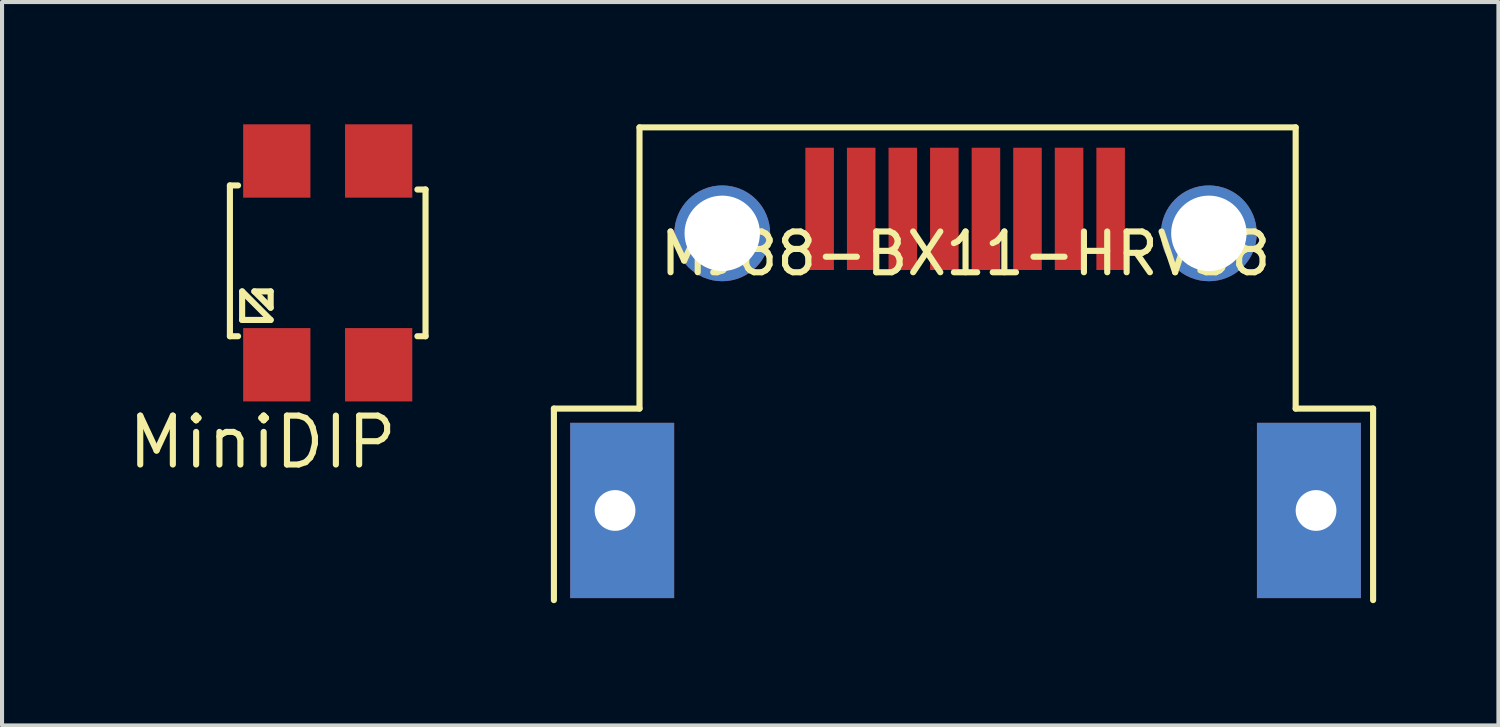
<source format=kicad_pcb>
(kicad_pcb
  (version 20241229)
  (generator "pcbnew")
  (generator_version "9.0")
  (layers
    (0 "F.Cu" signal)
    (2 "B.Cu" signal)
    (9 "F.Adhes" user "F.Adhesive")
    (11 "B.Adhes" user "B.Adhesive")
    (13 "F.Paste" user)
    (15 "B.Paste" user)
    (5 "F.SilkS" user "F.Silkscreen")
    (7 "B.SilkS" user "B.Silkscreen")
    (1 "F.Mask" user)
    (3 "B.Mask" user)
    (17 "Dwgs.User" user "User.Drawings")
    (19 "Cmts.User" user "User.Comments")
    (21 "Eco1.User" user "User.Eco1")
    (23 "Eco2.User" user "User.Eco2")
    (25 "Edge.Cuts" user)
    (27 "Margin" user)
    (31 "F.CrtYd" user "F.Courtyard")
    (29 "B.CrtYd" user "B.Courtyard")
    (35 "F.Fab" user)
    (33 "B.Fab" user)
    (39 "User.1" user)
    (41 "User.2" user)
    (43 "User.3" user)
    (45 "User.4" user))
  (footprint "MiniDIP"
    (layer "F.Cu")
    (at 4.991 3.4)
    (property "Reference" "MiniDIP" (at -1.6 4.4 180) (layer "F.SilkS") (effects (font (size 1.2 1.2) (thickness 0.15))))
    (attr through_hole)
    (fp_line (start -2.4 -1.9) (end -2.4 1.8) (stroke (width 0.15) (type solid)) (layer "F.SilkS"))
    (fp_line (start -2.4 1.8) (end -2.2 1.8) (stroke (width 0.15) (type solid)) (layer "F.SilkS"))
    (fp_line (start -2.2 -1.9) (end -2.4 -1.9) (stroke (width 0.15) (type solid)) (layer "F.SilkS"))
    (fp_line (start -2.1 0.7) (end -2.1 1.4) (stroke (width 0.15) (type solid)) (layer "F.SilkS"))
    (fp_line (start -2.1 1.4) (end -1.4 1.4) (stroke (width 0.15) (type solid)) (layer "F.SilkS"))
    (fp_line (start -1.8 0.7) (end -1.4 0.7) (stroke (width 0.15) (type solid)) (layer "F.SilkS"))
    (fp_line (start -1.4 0.7) (end -1.4 1.1) (stroke (width 0.15) (type solid)) (layer "F.SilkS"))
    (fp_line (start -1.4 1.1) (end -1.8 0.7) (stroke (width 0.15) (type solid)) (layer "F.SilkS"))
    (fp_line (start -1.4 1.4) (end -2.1 0.7) (stroke (width 0.15) (type solid)) (layer "F.SilkS"))
    (fp_line (start 2.2 1.8) (end 2.4 1.8) (stroke (width 0.15) (type solid)) (layer "F.SilkS"))
    (fp_line (start 2.4 -1.8) (end 2.2 -1.8) (stroke (width 0.15) (type solid)) (layer "F.SilkS"))
    (fp_line (start 2.4 1.8) (end 2.4 -1.8) (stroke (width 0.15) (type solid)) (layer "F.SilkS"))
    (pad "1" smd rect (at -1.25 2.5) (size 1.65 1.8) (layers "F.Cu" "F.Mask" "F.Paste"))
    (pad "2" smd rect (at 1.25 2.5) (size 1.65 1.8) (layers "F.Cu" "F.Mask" "F.Paste"))
    (pad "3" smd rect (at 1.25 -2.5) (size 1.65 1.8) (layers "F.Cu" "F.Mask" "F.Paste"))
    (pad "4" smd rect (at -1.25 -2.5) (size 1.65 1.8) (layers "F.Cu" "F.Mask" "F.Paste")))
  (footprint "MJ88-BX11-HRVS8"
    (layer "F.Cu")
    (at 20.641 2.675)
    (property "Reference" "MJ88-BX11-HRVS8" (at 0 0.5 0) (layer "F.SilkS") (effects (font (size 1 1) (thickness 0.15))))
    (attr through_hole)
    (fp_line (start -10.1 4.3) (end -10.1 9) (stroke (width 0.15) (type solid)) (layer "F.SilkS"))
    (fp_line (start -8 -2.6) (end -8 4.3) (stroke (width 0.15) (type solid)) (layer "F.SilkS"))
    (fp_line (start -8 4.3) (end -10.1 4.3) (stroke (width 0.15) (type solid)) (layer "F.SilkS"))
    (fp_line (start 8.1 -2.6) (end -8 -2.6) (stroke (width 0.15) (type solid)) (layer "F.SilkS"))
    (fp_line (start 8.1 4.3) (end 8.1 -2.6) (stroke (width 0.15) (type solid)) (layer "F.SilkS"))
    (fp_line (start 10 4.3) (end 8.1 4.3) (stroke (width 0.15) (type solid)) (layer "F.SilkS"))
    (fp_line (start 10 9) (end 10 4.3) (stroke (width 0.15) (type solid)) (layer "F.SilkS"))
    (pad "" np_thru_hole circle (at -5.97 0) (size 2.35 2.35) (drill 1.85) (layers "*.Cu" "*.Mask"))
    (pad "" np_thru_hole circle (at 5.97 0) (size 2.35 2.35) (drill 1.85) (layers "*.Cu" "*.Mask"))
    (pad "1" smd rect (at -3.58 -0.6) (size 0.7 3) (layers "F.Cu" "F.Mask" "F.Paste"))
    (pad "2" smd rect (at -2.56 -0.6) (size 0.7 3) (layers "F.Cu" "F.Mask" "F.Paste"))
    (pad "3" smd rect (at -1.54 -0.6) (size 0.7 3) (layers "F.Cu" "F.Mask" "F.Paste"))
    (pad "4" smd rect (at -0.52 -0.6) (size 0.7 3) (layers "F.Cu" "F.Mask" "F.Paste"))
    (pad "5" smd rect (at 0.5 -0.6) (size 0.7 3) (layers "F.Cu" "F.Mask" "F.Paste"))
    (pad "6" smd rect (at 1.52 -0.6) (size 0.7 3) (layers "F.Cu" "F.Mask" "F.Paste"))
    (pad "7" smd rect (at 2.54 -0.6) (size 0.7 3) (layers "F.Cu" "F.Mask" "F.Paste"))
    (pad "8" smd rect (at 3.56 -0.6) (size 0.7 3) (layers "F.Cu" "F.Mask" "F.Paste"))
    (pad "SH" thru_hole rect (at -8.6 6.8) (size 2.55 4.3) (drill 1 (offset 0.175 0)) (layers "*.Cu" "*.Mask"))
    (pad "SH" thru_hole rect (at 8.6 6.8) (size 2.55 4.3) (drill 1 (offset -0.175 0)) (layers "*.Cu" "*.Mask")))
  (gr_rect
    (start -3 -3)
    (end 33.716 14.75)
    (stroke (width 0.1) (type default))
    (fill no)
    (layer "Edge.Cuts")))
</source>
